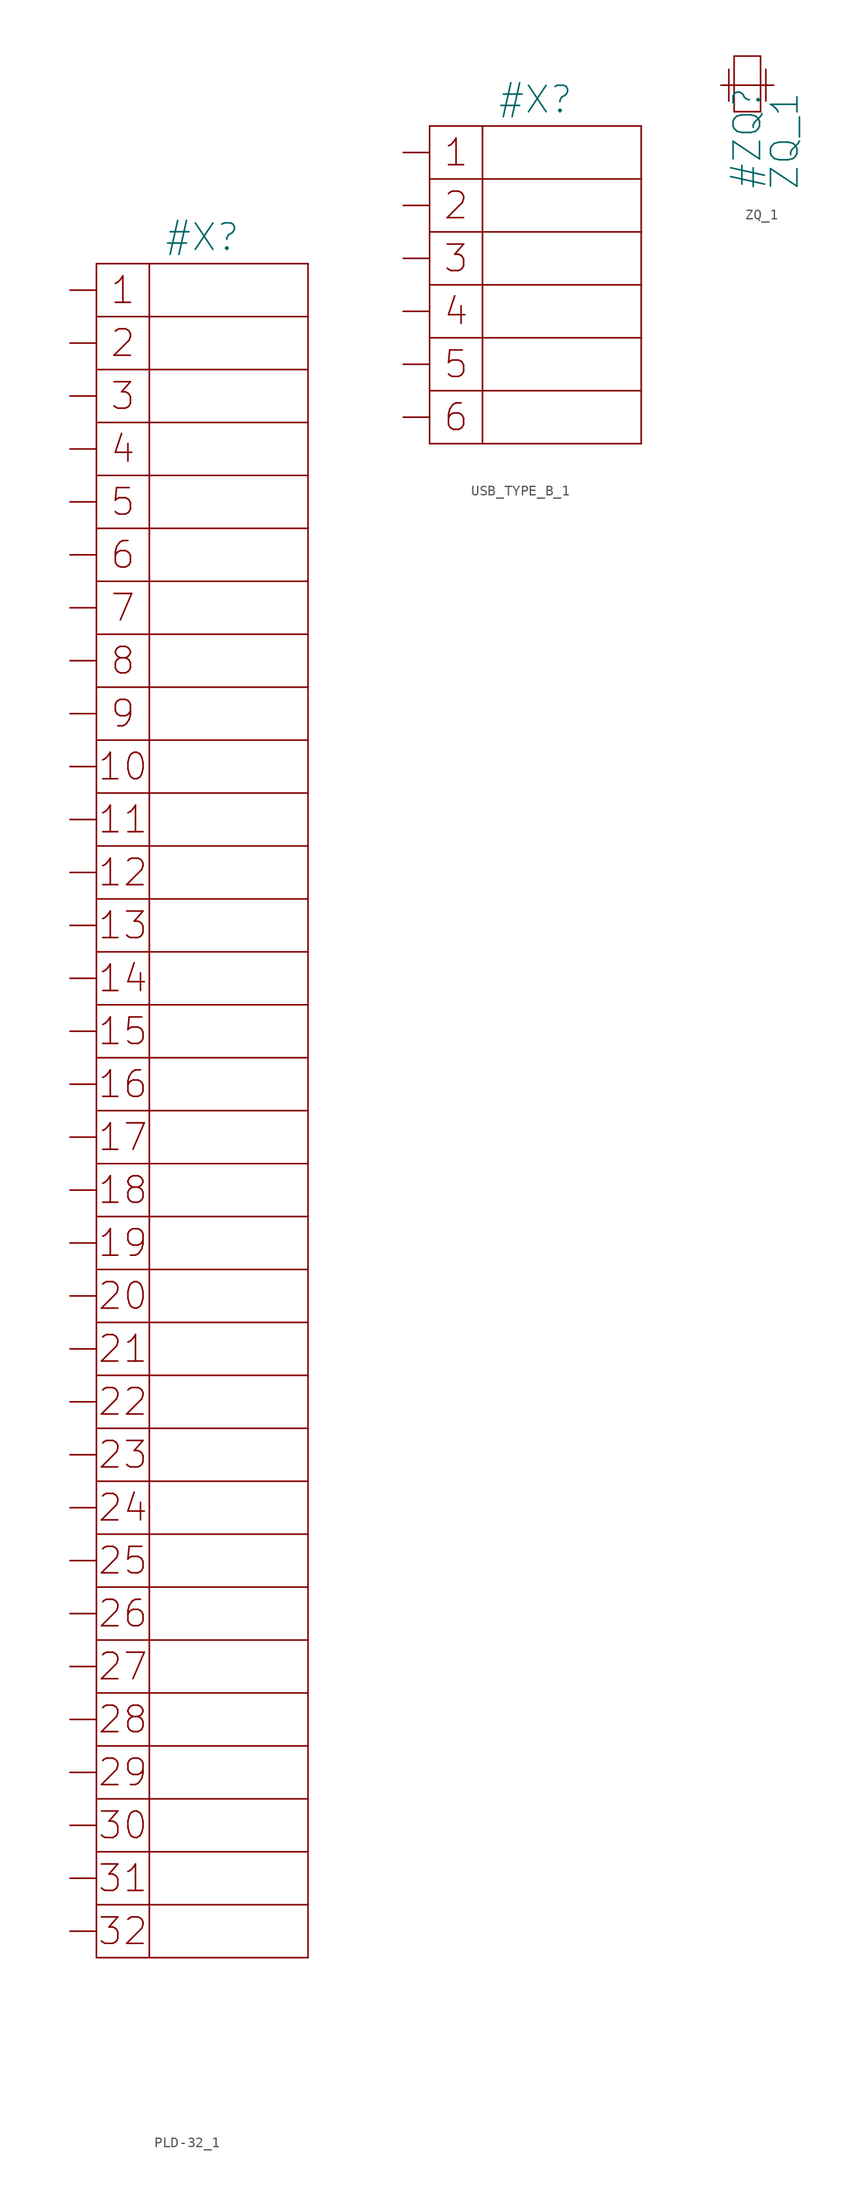
<source format=kicad_sym>
(kicad_symbol_lib
  (version 20211014)
  (generator kicad_symbol_editor)
  (symbol "PLD-32_1"
    (property "Reference" "#X"
      (at 12.7 5.08 0)
      (effects (font (size 2.54 2.54))))
    (property "ki_locked" ""
      (at 0 0 0)
      (effects (font (size 1.27 1.27))))
    (symbol "PLD-32_1_1_0"
      (polyline (pts (xy 2.54 -160.02) (xy 2.54 2.54)) (stroke (width 0.152) (type default) (color 0 0 0 0)) (fill (type none)))
      (polyline (pts (xy 2.54 2.54) (xy 22.86 2.54)) (stroke (width 0.152) (type default) (color 0 0 0 0)) (fill (type none)))
      (polyline (pts (xy 7.62 2.54) (xy 7.62 -160.02)) (stroke (width 0.152) (type default) (color 0 0 0 0)) (fill (type none)))
      (polyline (pts (xy 22.86 -160.02) (xy 2.54 -160.02)) (stroke (width 0.152) (type default) (color 0 0 0 0)) (fill (type none)))
      (polyline (pts (xy 22.86 -154.94) (xy 2.54 -154.94)) (stroke (width 0.152) (type default) (color 0 0 0 0)) (fill (type none)))
      (polyline (pts (xy 22.86 -149.86) (xy 2.54 -149.86)) (stroke (width 0.152) (type default) (color 0 0 0 0)) (fill (type none)))
      (polyline (pts (xy 22.86 -144.78) (xy 2.54 -144.78)) (stroke (width 0.152) (type default) (color 0 0 0 0)) (fill (type none)))
      (polyline (pts (xy 22.86 -139.7) (xy 2.54 -139.7)) (stroke (width 0.152) (type default) (color 0 0 0 0)) (fill (type none)))
      (polyline (pts (xy 22.86 -134.62) (xy 2.54 -134.62)) (stroke (width 0.152) (type default) (color 0 0 0 0)) (fill (type none)))
      (polyline (pts (xy 22.86 -129.54) (xy 2.54 -129.54)) (stroke (width 0.152) (type default) (color 0 0 0 0)) (fill (type none)))
      (polyline (pts (xy 22.86 -124.46) (xy 2.54 -124.46)) (stroke (width 0.152) (type default) (color 0 0 0 0)) (fill (type none)))
      (polyline (pts (xy 22.86 -119.38) (xy 2.54 -119.38)) (stroke (width 0.152) (type default) (color 0 0 0 0)) (fill (type none)))
      (polyline (pts (xy 22.86 -114.3) (xy 2.54 -114.3)) (stroke (width 0.152) (type default) (color 0 0 0 0)) (fill (type none)))
      (polyline (pts (xy 22.86 -109.22) (xy 2.54 -109.22)) (stroke (width 0.152) (type default) (color 0 0 0 0)) (fill (type none)))
      (polyline (pts (xy 22.86 -104.14) (xy 2.54 -104.14)) (stroke (width 0.152) (type default) (color 0 0 0 0)) (fill (type none)))
      (polyline (pts (xy 22.86 -99.06) (xy 2.54 -99.06)) (stroke (width 0.152) (type default) (color 0 0 0 0)) (fill (type none)))
      (polyline (pts (xy 22.86 -93.98) (xy 2.54 -93.98)) (stroke (width 0.152) (type default) (color 0 0 0 0)) (fill (type none)))
      (polyline (pts (xy 22.86 -88.9) (xy 2.54 -88.9)) (stroke (width 0.152) (type default) (color 0 0 0 0)) (fill (type none)))
      (polyline (pts (xy 22.86 -83.82) (xy 2.54 -83.82)) (stroke (width 0.152) (type default) (color 0 0 0 0)) (fill (type none)))
      (polyline (pts (xy 22.86 -78.74) (xy 2.54 -78.74)) (stroke (width 0.152) (type default) (color 0 0 0 0)) (fill (type none)))
      (polyline (pts (xy 22.86 -73.66) (xy 2.54 -73.66)) (stroke (width 0.152) (type default) (color 0 0 0 0)) (fill (type none)))
      (polyline (pts (xy 22.86 -68.58) (xy 2.54 -68.58)) (stroke (width 0.152) (type default) (color 0 0 0 0)) (fill (type none)))
      (polyline (pts (xy 22.86 -63.5) (xy 2.54 -63.5)) (stroke (width 0.152) (type default) (color 0 0 0 0)) (fill (type none)))
      (polyline (pts (xy 22.86 -58.42) (xy 2.54 -58.42)) (stroke (width 0.152) (type default) (color 0 0 0 0)) (fill (type none)))
      (polyline (pts (xy 22.86 -53.34) (xy 2.54 -53.34)) (stroke (width 0.152) (type default) (color 0 0 0 0)) (fill (type none)))
      (polyline (pts (xy 22.86 -48.26) (xy 2.54 -48.26)) (stroke (width 0.152) (type default) (color 0 0 0 0)) (fill (type none)))
      (polyline (pts (xy 22.86 -43.18) (xy 2.54 -43.18)) (stroke (width 0.152) (type default) (color 0 0 0 0)) (fill (type none)))
      (polyline (pts (xy 22.86 -38.1) (xy 2.54 -38.1)) (stroke (width 0.152) (type default) (color 0 0 0 0)) (fill (type none)))
      (polyline (pts (xy 22.86 -33.02) (xy 2.54 -33.02)) (stroke (width 0.152) (type default) (color 0 0 0 0)) (fill (type none)))
      (polyline (pts (xy 22.86 -27.94) (xy 2.54 -27.94)) (stroke (width 0.152) (type default) (color 0 0 0 0)) (fill (type none)))
      (polyline (pts (xy 22.86 -22.86) (xy 2.54 -22.86)) (stroke (width 0.152) (type default) (color 0 0 0 0)) (fill (type none)))
      (polyline (pts (xy 22.86 -17.78) (xy 2.54 -17.78)) (stroke (width 0.152) (type default) (color 0 0 0 0)) (fill (type none)))
      (polyline (pts (xy 22.86 -12.7) (xy 2.54 -12.7)) (stroke (width 0.152) (type default) (color 0 0 0 0)) (fill (type none)))
      (polyline (pts (xy 22.86 -7.62) (xy 2.54 -7.62)) (stroke (width 0.152) (type default) (color 0 0 0 0)) (fill (type none)))
      (polyline (pts (xy 22.86 -2.54) (xy 2.54 -2.54)) (stroke (width 0.152) (type default) (color 0 0 0 0)) (fill (type none)))
      (polyline (pts (xy 22.86 2.54) (xy 22.86 -160.02)) (stroke (width 0.152) (type default) (color 0 0 0 0)) (fill (type none)))
      (text "1" (at 5.08 0 0) (effects (font (size 2.54 2.54))))
      (text "10" (at 5.08 -45.72 0) (effects (font (size 2.54 2.54))))
      (text "11" (at 5.08 -50.8 0) (effects (font (size 2.54 2.54))))
      (text "12" (at 5.08 -55.88 0) (effects (font (size 2.54 2.54))))
      (text "13" (at 5.08 -60.96 0) (effects (font (size 2.54 2.54))))
      (text "14" (at 5.08 -66.04 0) (effects (font (size 2.54 2.54))))
      (text "15" (at 5.08 -71.12 0) (effects (font (size 2.54 2.54))))
      (text "16" (at 5.08 -76.2 0) (effects (font (size 2.54 2.54))))
      (text "17" (at 5.08 -81.28 0) (effects (font (size 2.54 2.54))))
      (text "18" (at 5.08 -86.36 0) (effects (font (size 2.54 2.54))))
      (text "19" (at 5.08 -91.44 0) (effects (font (size 2.54 2.54))))
      (text "2" (at 5.08 -5.08 0) (effects (font (size 2.54 2.54))))
      (text "20" (at 5.08 -96.52 0) (effects (font (size 2.54 2.54))))
      (text "21" (at 5.08 -101.6 0) (effects (font (size 2.54 2.54))))
      (text "22" (at 5.08 -106.68 0) (effects (font (size 2.54 2.54))))
      (text "23" (at 5.08 -111.76 0) (effects (font (size 2.54 2.54))))
      (text "24" (at 5.08 -116.84 0) (effects (font (size 2.54 2.54))))
      (text "25" (at 5.08 -121.92 0) (effects (font (size 2.54 2.54))))
      (text "26" (at 5.08 -127 0) (effects (font (size 2.54 2.54))))
      (text "27" (at 5.08 -132.08 0) (effects (font (size 2.54 2.54))))
      (text "28" (at 5.08 -137.16 0) (effects (font (size 2.54 2.54))))
      (text "29" (at 5.08 -142.24 0) (effects (font (size 2.54 2.54))))
      (text "3" (at 5.08 -10.16 0) (effects (font (size 2.54 2.54))))
      (text "30" (at 5.08 -147.32 0) (effects (font (size 2.54 2.54))))
      (text "31" (at 5.08 -152.4 0) (effects (font (size 2.54 2.54))))
      (text "32" (at 5.08 -157.48 0) (effects (font (size 2.54 2.54))))
      (text "4" (at 5.08 -15.24 0) (effects (font (size 2.54 2.54))))
      (text "5" (at 5.08 -20.32 0) (effects (font (size 2.54 2.54))))
      (text "6" (at 5.08 -25.4 0) (effects (font (size 2.54 2.54))))
      (text "7" (at 5.08 -30.48 0) (effects (font (size 2.54 2.54))))
      (text "8" (at 5.08 -35.56 0) (effects (font (size 2.54 2.54))))
      (text "9" (at 5.08 -40.64 0) (effects (font (size 2.54 2.54))))
      (pin bidirectional line (at 0 -157.48 0) (length 2.54) (name "P$1" (effects (font (size 0 0)))) (number "1" (effects (font (size 0 0)))))
      (pin bidirectional line (at 0 -86.36 0) (length 2.54) (name "P$10" (effects (font (size 0 0)))) (number "10" (effects (font (size 0 0)))))
      (pin bidirectional line (at 0 -81.28 0) (length 2.54) (name "P$11" (effects (font (size 0 0)))) (number "11" (effects (font (size 0 0)))))
      (pin bidirectional line (at 0 -71.12 0) (length 2.54) (name "P$12" (effects (font (size 0 0)))) (number "12" (effects (font (size 0 0)))))
      (pin bidirectional line (at 0 -66.04 0) (length 2.54) (name "P$13" (effects (font (size 0 0)))) (number "13" (effects (font (size 0 0)))))
      (pin bidirectional line (at 0 -55.88 0) (length 2.54) (name "P$14" (effects (font (size 0 0)))) (number "14" (effects (font (size 0 0)))))
      (pin bidirectional line (at 0 -50.8 0) (length 2.54) (name "P$15" (effects (font (size 0 0)))) (number "15" (effects (font (size 0 0)))))
      (pin bidirectional line (at 0 -40.64 0) (length 2.54) (name "P$16" (effects (font (size 0 0)))) (number "16" (effects (font (size 0 0)))))
      (pin bidirectional line (at 0 -35.56 0) (length 2.54) (name "P$17" (effects (font (size 0 0)))) (number "17" (effects (font (size 0 0)))))
      (pin bidirectional line (at 0 -25.4 0) (length 2.54) (name "P$18" (effects (font (size 0 0)))) (number "18" (effects (font (size 0 0)))))
      (pin bidirectional line (at 0 -20.32 0) (length 2.54) (name "P$19" (effects (font (size 0 0)))) (number "19" (effects (font (size 0 0)))))
      (pin bidirectional line (at 0 -147.32 0) (length 2.54) (name "P$2" (effects (font (size 0 0)))) (number "2" (effects (font (size 0 0)))))
      (pin bidirectional line (at 0 -10.16 0) (length 2.54) (name "P$20" (effects (font (size 0 0)))) (number "20" (effects (font (size 0 0)))))
      (pin bidirectional line (at 0 -5.08 0) (length 2.54) (name "P$21" (effects (font (size 0 0)))) (number "21" (effects (font (size 0 0)))))
      (pin bidirectional line (at 0 -137.16 0) (length 2.54) (name "P$22" (effects (font (size 0 0)))) (number "22" (effects (font (size 0 0)))))
      (pin bidirectional line (at 0 -152.4 0) (length 2.54) (name "P$23" (effects (font (size 0 0)))) (number "23" (effects (font (size 0 0)))))
      (pin bidirectional line (at 0 -106.68 0) (length 2.54) (name "P$24" (effects (font (size 0 0)))) (number "24" (effects (font (size 0 0)))))
      (pin bidirectional line (at 0 -121.92 0) (length 2.54) (name "P$25" (effects (font (size 0 0)))) (number "25" (effects (font (size 0 0)))))
      (pin bidirectional line (at 0 -76.2 0) (length 2.54) (name "P$26" (effects (font (size 0 0)))) (number "26" (effects (font (size 0 0)))))
      (pin bidirectional line (at 0 -91.44 0) (length 2.54) (name "P$27" (effects (font (size 0 0)))) (number "27" (effects (font (size 0 0)))))
      (pin bidirectional line (at 0 -45.72 0) (length 2.54) (name "P$28" (effects (font (size 0 0)))) (number "28" (effects (font (size 0 0)))))
      (pin bidirectional line (at 0 -60.96 0) (length 2.54) (name "P$29" (effects (font (size 0 0)))) (number "29" (effects (font (size 0 0)))))
      (pin bidirectional line (at 0 -142.24 0) (length 2.54) (name "P$3" (effects (font (size 0 0)))) (number "3" (effects (font (size 0 0)))))
      (pin bidirectional line (at 0 -15.24 0) (length 2.54) (name "P$30" (effects (font (size 0 0)))) (number "30" (effects (font (size 0 0)))))
      (pin bidirectional line (at 0 -30.48 0) (length 2.54) (name "P$31" (effects (font (size 0 0)))) (number "31" (effects (font (size 0 0)))))
      (pin bidirectional line (at 0 0 0) (length 2.54) (name "P$32" (effects (font (size 0 0)))) (number "32" (effects (font (size 0 0)))))
      (pin bidirectional line (at 0 -132.08 0) (length 2.54) (name "P$4" (effects (font (size 0 0)))) (number "4" (effects (font (size 0 0)))))
      (pin bidirectional line (at 0 -127 0) (length 2.54) (name "P$5" (effects (font (size 0 0)))) (number "5" (effects (font (size 0 0)))))
      (pin bidirectional line (at 0 -116.84 0) (length 2.54) (name "P$6" (effects (font (size 0 0)))) (number "6" (effects (font (size 0 0)))))
      (pin bidirectional line (at 0 -111.76 0) (length 2.54) (name "P$7" (effects (font (size 0 0)))) (number "7" (effects (font (size 0 0)))))
      (pin bidirectional line (at 0 -101.6 0) (length 2.54) (name "P$8" (effects (font (size 0 0)))) (number "8" (effects (font (size 0 0)))))
      (pin bidirectional line (at 0 -96.52 0) (length 2.54) (name "P$9" (effects (font (size 0 0)))) (number "9" (effects (font (size 0 0)))))))
  (symbol "USB_TYPE_B_1"
    (property "Reference" "#X"
      (at 12.7 5.08 0)
      (effects (font (size 2.54 2.54))))
    (property "ki_locked" ""
      (at 0 0 0)
      (effects (font (size 1.27 1.27))))
    (symbol "USB_TYPE_B_1_1_0"
      (polyline (pts (xy 2.54 -27.94) (xy 2.54 2.54)) (stroke (width 0.152) (type default) (color 0 0 0 0)) (fill (type none)))
      (polyline (pts (xy 2.54 2.54) (xy 22.86 2.54)) (stroke (width 0.152) (type default) (color 0 0 0 0)) (fill (type none)))
      (polyline (pts (xy 7.62 2.54) (xy 7.62 -27.94)) (stroke (width 0.152) (type default) (color 0 0 0 0)) (fill (type none)))
      (polyline (pts (xy 22.86 -27.94) (xy 2.54 -27.94)) (stroke (width 0.152) (type default) (color 0 0 0 0)) (fill (type none)))
      (polyline (pts (xy 22.86 -22.86) (xy 2.54 -22.86)) (stroke (width 0.152) (type default) (color 0 0 0 0)) (fill (type none)))
      (polyline (pts (xy 22.86 -17.78) (xy 2.54 -17.78)) (stroke (width 0.152) (type default) (color 0 0 0 0)) (fill (type none)))
      (polyline (pts (xy 22.86 -12.7) (xy 2.54 -12.7)) (stroke (width 0.152) (type default) (color 0 0 0 0)) (fill (type none)))
      (polyline (pts (xy 22.86 -7.62) (xy 2.54 -7.62)) (stroke (width 0.152) (type default) (color 0 0 0 0)) (fill (type none)))
      (polyline (pts (xy 22.86 -2.54) (xy 2.54 -2.54)) (stroke (width 0.152) (type default) (color 0 0 0 0)) (fill (type none)))
      (polyline (pts (xy 22.86 2.54) (xy 22.86 -27.94)) (stroke (width 0.152) (type default) (color 0 0 0 0)) (fill (type none)))
      (text "1" (at 5.08 0 0) (effects (font (size 2.54 2.54))))
      (text "2" (at 5.08 -5.08 0) (effects (font (size 2.54 2.54))))
      (text "3" (at 5.08 -10.16 0) (effects (font (size 2.54 2.54))))
      (text "4" (at 5.08 -15.24 0) (effects (font (size 2.54 2.54))))
      (text "5" (at 5.08 -20.32 0) (effects (font (size 2.54 2.54))))
      (text "6" (at 5.08 -25.4 0) (effects (font (size 2.54 2.54))))
      (pin passive line (at 0 -20.32 0) (length 2.54) (name "GND@1" (effects (font (size 0 0)))) (number "1" (effects (font (size 0 0)))))
      (pin passive line (at 0 -15.24 0) (length 2.54) (name "GND@2" (effects (font (size 0 0)))) (number "2" (effects (font (size 0 0)))))
      (pin passive line (at 0 -5.08 0) (length 2.54) (name "D-" (effects (font (size 0 0)))) (number "3" (effects (font (size 0 0)))))
      (pin passive line (at 0 0 0) (length 2.54) (name "VBUS" (effects (font (size 0 0)))) (number "4" (effects (font (size 0 0)))))
      (pin passive line (at 0 -25.4 0) (length 2.54) (name "GND@3" (effects (font (size 0 0)))) (number "5" (effects (font (size 0 0)))))
      (pin passive line (at 0 -10.16 0) (length 2.54) (name "D+" (effects (font (size 0 0)))) (number "6" (effects (font (size 0 0)))))))
  (symbol "ZQ_1"
    (property "Reference" "#ZQ"
      (at 2.54 -5.08 90)
      (effects (font (size 2.54 2.54))))
    (property "Value" "ZQ_1"
      (at 7.62 -10.16 90)
      (effects (font (size 2.54 2.54)) (justify left bottom)))
    (property "ki_locked" ""
      (at 0 0 0)
      (effects (font (size 1.27 1.27))))
    (symbol "ZQ_1_1_0"
      (polyline (pts (xy 0.762 1.524) (xy 0.762 -1.524)) (stroke (width 0.152) (type default) (color 0 0 0 0)) (fill (type none)))
      (polyline (pts (xy 1.27 -2.54) (xy 1.27 2.794)) (stroke (width 0.152) (type default) (color 0 0 0 0)) (fill (type none)))
      (polyline (pts (xy 1.27 2.794) (xy 3.81 2.794)) (stroke (width 0.152) (type default) (color 0 0 0 0)) (fill (type none)))
      (polyline (pts (xy 3.81 -2.54) (xy 1.27 -2.54)) (stroke (width 0.152) (type default) (color 0 0 0 0)) (fill (type none)))
      (polyline (pts (xy 3.81 2.794) (xy 3.81 -2.54)) (stroke (width 0.152) (type default) (color 0 0 0 0)) (fill (type none)))
      (polyline (pts (xy 4.318 1.524) (xy 4.318 -1.524)) (stroke (width 0.152) (type default) (color 0 0 0 0)) (fill (type none)))
      (pin passive line (at 0 0 0) (length 2.54) (name "1" (effects (font (size 0 0)))) (number "1" (effects (font (size 0 0)))))
      (pin passive line (at 5.08 0 180) (length 2.54) (name "2" (effects (font (size 0 0)))) (number "2" (effects (font (size 0 0))))))))
</source>
